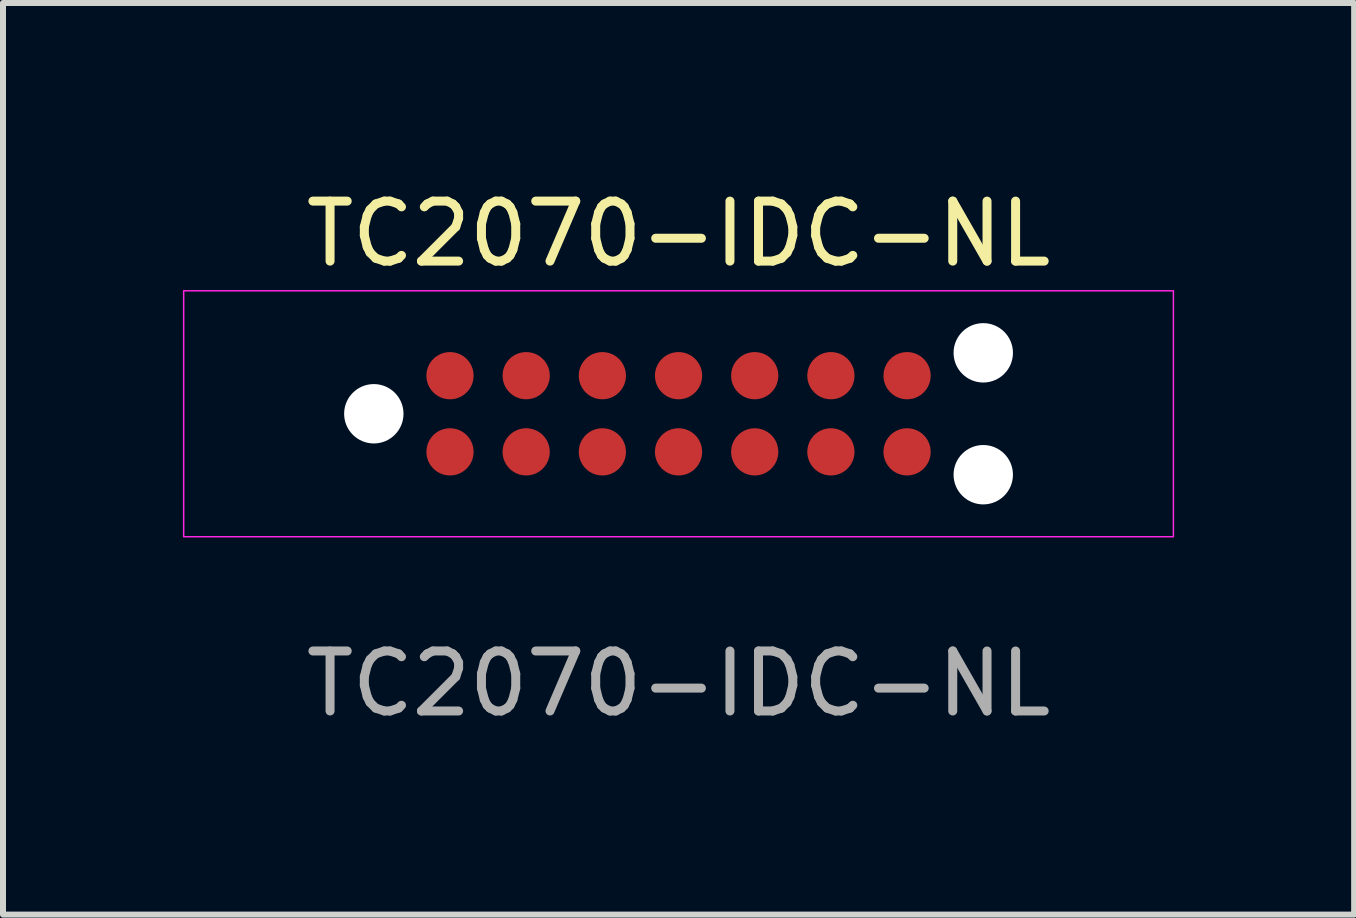
<source format=kicad_pcb>
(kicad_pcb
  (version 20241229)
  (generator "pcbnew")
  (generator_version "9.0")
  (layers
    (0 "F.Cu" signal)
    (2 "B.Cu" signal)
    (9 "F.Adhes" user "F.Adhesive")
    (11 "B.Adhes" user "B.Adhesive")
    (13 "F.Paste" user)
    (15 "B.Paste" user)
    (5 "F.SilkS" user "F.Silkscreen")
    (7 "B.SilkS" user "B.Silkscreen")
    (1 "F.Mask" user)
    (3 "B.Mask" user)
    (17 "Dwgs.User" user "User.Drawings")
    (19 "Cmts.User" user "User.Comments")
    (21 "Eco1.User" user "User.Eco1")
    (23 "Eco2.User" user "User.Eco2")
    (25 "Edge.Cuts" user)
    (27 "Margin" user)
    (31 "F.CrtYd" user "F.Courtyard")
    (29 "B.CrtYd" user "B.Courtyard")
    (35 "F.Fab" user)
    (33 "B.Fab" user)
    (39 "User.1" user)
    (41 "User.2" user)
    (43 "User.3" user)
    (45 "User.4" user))
  (footprint "TC2070-IDC-NL"
    (layer "F.Cu")
    (at 8.262 3.848)
    (property "Reference" "TC2070-IDC-NL" (at 0 -3 0) (unlocked yes) (layer "F.SilkS") (effects (font (size 1 1) (thickness 0.15))))
    (attr smd exclude_from_pos_files exclude_from_bom)
    (fp_rect (start -8.25 -2.05) (end 8.25 2.05) (stroke (width 0.025) (type default)) (fill no) (layer "F.CrtYd"))
    (fp_text user "${REFERENCE}" (at 0 4.5 0) (unlocked yes) (layer "F.Fab") (effects (font (size 1 1) (thickness 0.15))))
    (pad "" np_thru_hole circle (at -5.08 0) (size 0.99 0.99) (drill 0.99) (layers "*.Cu" "*.Mask"))
    (pad "" np_thru_hole circle (at 5.08 -1.016) (size 0.99 0.99) (drill 0.99) (layers "*.Cu" "*.Mask"))
    (pad "" np_thru_hole circle (at 5.08 1.016) (size 0.99 0.99) (drill 0.99) (layers "*.Cu" "*.Mask"))
    (pad "1" smd circle (at -3.81 0.635) (size 0.787 0.787) (layers "F.Cu" "F.Mask" "F.Paste"))
    (pad "2" smd circle (at -2.54 0.635) (size 0.787 0.787) (layers "F.Cu" "F.Mask" "F.Paste"))
    (pad "3" smd circle (at -1.27 0.635) (size 0.787 0.787) (layers "F.Cu" "F.Mask" "F.Paste"))
    (pad "4" smd circle (at 0 0.635) (size 0.787 0.787) (layers "F.Cu" "F.Mask" "F.Paste"))
    (pad "5" smd circle (at 1.27 0.635) (size 0.787 0.787) (layers "F.Cu" "F.Mask" "F.Paste"))
    (pad "6" smd circle (at 2.54 0.635) (size 0.787 0.787) (layers "F.Cu" "F.Mask" "F.Paste"))
    (pad "7" smd circle (at 3.81 0.635) (size 0.787 0.787) (layers "F.Cu" "F.Mask" "F.Paste"))
    (pad "8" smd circle (at 3.81 -0.635 180) (size 0.787 0.787) (layers "F.Cu" "F.Mask" "F.Paste"))
    (pad "9" smd circle (at 2.54 -0.635 180) (size 0.787 0.787) (layers "F.Cu" "F.Mask" "F.Paste"))
    (pad "10" smd circle (at 1.27 -0.635 180) (size 0.787 0.787) (layers "F.Cu" "F.Mask" "F.Paste"))
    (pad "11" smd circle (at 0 -0.635 180) (size 0.787 0.787) (layers "F.Cu" "F.Mask" "F.Paste"))
    (pad "12" smd circle (at -1.27 -0.635 180) (size 0.787 0.787) (layers "F.Cu" "F.Mask" "F.Paste"))
    (pad "13" smd circle (at -2.54 -0.635 180) (size 0.787 0.787) (layers "F.Cu" "F.Mask" "F.Paste"))
    (pad "14" smd circle (at -3.81 -0.635 180) (size 0.787 0.787) (layers "F.Cu" "F.Mask" "F.Paste"))
    (zone (net_name "") (layers "F.Cu" "Edge.Cuts") (hatch edge 0.5) (connect_pads) (min_thickness 0.25) (filled_areas_thickness no) (keepout (tracks not_allowed) (vias not_allowed) (pads not_allowed) (copperpour allowed) (footprints allowed)) (placement (enabled no)) (fill) (polygon (pts (xy 4.452 3.613) (xy 12.072 3.613) (xy 12.072 4.083) (xy 4.452 4.083)))))
  (gr_rect
    (start -3 -3)
    (end 19.525 12.197)
    (stroke (width 0.1) (type default))
    (fill no)
    (layer "Edge.Cuts")))
</source>
